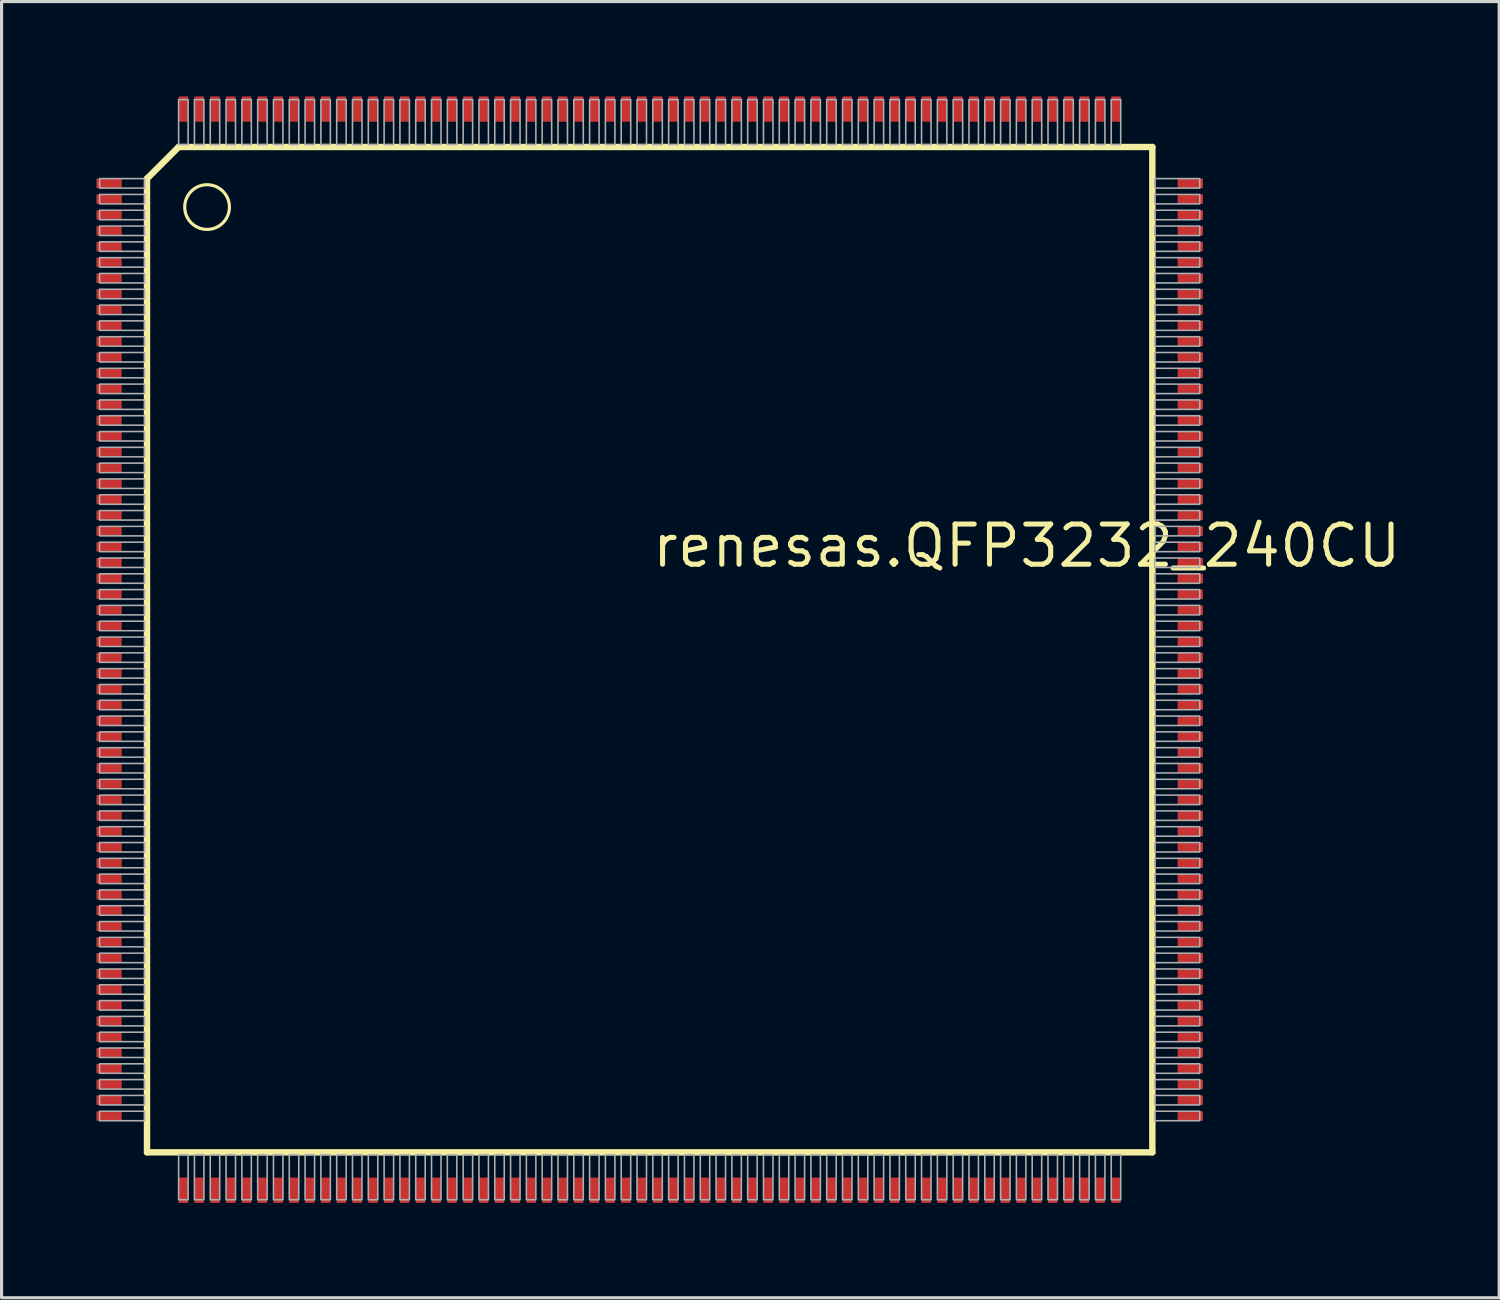
<source format=kicad_pcb>
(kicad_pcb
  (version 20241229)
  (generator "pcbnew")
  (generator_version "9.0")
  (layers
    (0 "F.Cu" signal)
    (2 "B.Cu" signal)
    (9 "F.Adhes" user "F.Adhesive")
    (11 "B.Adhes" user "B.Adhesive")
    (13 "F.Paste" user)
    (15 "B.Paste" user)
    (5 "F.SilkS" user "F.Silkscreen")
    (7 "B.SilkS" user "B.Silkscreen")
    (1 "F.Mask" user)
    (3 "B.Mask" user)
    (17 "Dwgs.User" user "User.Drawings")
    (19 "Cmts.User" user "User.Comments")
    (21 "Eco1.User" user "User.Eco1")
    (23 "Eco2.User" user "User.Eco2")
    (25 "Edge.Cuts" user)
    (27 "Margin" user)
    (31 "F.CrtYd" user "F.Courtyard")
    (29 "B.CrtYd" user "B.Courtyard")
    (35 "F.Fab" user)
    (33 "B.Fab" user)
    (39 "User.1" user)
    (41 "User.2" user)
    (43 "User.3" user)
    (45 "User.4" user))
  (footprint "renesas.QFP3232_240CU"
    (layer "F.Cu")
    (at 17.5 17.5)
    (property "Reference" "renesas.QFP3232_240CU" (at 0 -2.54 0) (layer "F.SilkS") (effects (font (size 1.27 1.27) (thickness 0.16)) (justify left bottom)))
    (attr smd)
    (fp_line (start -15.9 -14.9) (end -14.9 -15.9) (stroke (width 0.203) (type default)) (layer "F.SilkS"))
    (fp_line (start -15.9 15.9) (end -15.9 -14.9) (stroke (width 0.203) (type default)) (layer "F.SilkS"))
    (fp_line (start -14.9 -15.9) (end 15.9 -15.9) (stroke (width 0.203) (type default)) (layer "F.SilkS"))
    (fp_line (start 15.9 -15.9) (end 15.9 15.9) (stroke (width 0.203) (type default)) (layer "F.SilkS"))
    (fp_line (start 15.9 15.9) (end -15.9 15.9) (stroke (width 0.203) (type default)) (layer "F.SilkS"))
    (fp_circle (center -14 -14) (end -13.293 -14) (stroke (width 0.1) (type default)) (fill no) (layer "F.SilkS"))
    (fp_rect (start -17.4 -14.6) (end -15.975 -14.9) (stroke (width 0.05) (type default)) (fill no) (layer "F.Fab"))
    (fp_rect (start -17.4 -14.1) (end -15.975 -14.4) (stroke (width 0.05) (type default)) (fill no) (layer "F.Fab"))
    (fp_rect (start -17.4 -13.6) (end -15.975 -13.9) (stroke (width 0.05) (type default)) (fill no) (layer "F.Fab"))
    (fp_rect (start -17.4 -13.1) (end -15.975 -13.4) (stroke (width 0.05) (type default)) (fill no) (layer "F.Fab"))
    (fp_rect (start -17.4 -12.6) (end -15.975 -12.9) (stroke (width 0.05) (type default)) (fill no) (layer "F.Fab"))
    (fp_rect (start -17.4 -12.1) (end -15.975 -12.4) (stroke (width 0.05) (type default)) (fill no) (layer "F.Fab"))
    (fp_rect (start -17.4 -11.6) (end -15.975 -11.9) (stroke (width 0.05) (type default)) (fill no) (layer "F.Fab"))
    (fp_rect (start -17.4 -11.1) (end -15.975 -11.4) (stroke (width 0.05) (type default)) (fill no) (layer "F.Fab"))
    (fp_rect (start -17.4 -10.6) (end -15.975 -10.9) (stroke (width 0.05) (type default)) (fill no) (layer "F.Fab"))
    (fp_rect (start -17.4 -10.1) (end -15.975 -10.4) (stroke (width 0.05) (type default)) (fill no) (layer "F.Fab"))
    (fp_rect (start -17.4 -9.6) (end -15.975 -9.9) (stroke (width 0.05) (type default)) (fill no) (layer "F.Fab"))
    (fp_rect (start -17.4 -9.1) (end -15.975 -9.4) (stroke (width 0.05) (type default)) (fill no) (layer "F.Fab"))
    (fp_rect (start -17.4 -8.6) (end -15.975 -8.9) (stroke (width 0.05) (type default)) (fill no) (layer "F.Fab"))
    (fp_rect (start -17.4 -8.1) (end -15.975 -8.4) (stroke (width 0.05) (type default)) (fill no) (layer "F.Fab"))
    (fp_rect (start -17.4 -7.6) (end -15.975 -7.9) (stroke (width 0.05) (type default)) (fill no) (layer "F.Fab"))
    (fp_rect (start -17.4 -7.1) (end -15.975 -7.4) (stroke (width 0.05) (type default)) (fill no) (layer "F.Fab"))
    (fp_rect (start -17.4 -6.6) (end -15.975 -6.9) (stroke (width 0.05) (type default)) (fill no) (layer "F.Fab"))
    (fp_rect (start -17.4 -6.1) (end -15.975 -6.4) (stroke (width 0.05) (type default)) (fill no) (layer "F.Fab"))
    (fp_rect (start -17.4 -5.6) (end -15.975 -5.9) (stroke (width 0.05) (type default)) (fill no) (layer "F.Fab"))
    (fp_rect (start -17.4 -5.1) (end -15.975 -5.4) (stroke (width 0.05) (type default)) (fill no) (layer "F.Fab"))
    (fp_rect (start -17.4 -4.6) (end -15.975 -4.9) (stroke (width 0.05) (type default)) (fill no) (layer "F.Fab"))
    (fp_rect (start -17.4 -4.1) (end -15.975 -4.4) (stroke (width 0.05) (type default)) (fill no) (layer "F.Fab"))
    (fp_rect (start -17.4 -3.6) (end -15.975 -3.9) (stroke (width 0.05) (type default)) (fill no) (layer "F.Fab"))
    (fp_rect (start -17.4 -3.1) (end -15.975 -3.4) (stroke (width 0.05) (type default)) (fill no) (layer "F.Fab"))
    (fp_rect (start -17.4 -2.6) (end -15.975 -2.9) (stroke (width 0.05) (type default)) (fill no) (layer "F.Fab"))
    (fp_rect (start -17.4 -2.1) (end -15.975 -2.4) (stroke (width 0.05) (type default)) (fill no) (layer "F.Fab"))
    (fp_rect (start -17.4 -1.6) (end -15.975 -1.9) (stroke (width 0.05) (type default)) (fill no) (layer "F.Fab"))
    (fp_rect (start -17.4 -1.1) (end -15.975 -1.4) (stroke (width 0.05) (type default)) (fill no) (layer "F.Fab"))
    (fp_rect (start -17.4 -0.6) (end -15.975 -0.9) (stroke (width 0.05) (type default)) (fill no) (layer "F.Fab"))
    (fp_rect (start -17.4 -0.1) (end -15.975 -0.4) (stroke (width 0.05) (type default)) (fill no) (layer "F.Fab"))
    (fp_rect (start -17.4 0.4) (end -15.975 0.1) (stroke (width 0.05) (type default)) (fill no) (layer "F.Fab"))
    (fp_rect (start -17.4 0.9) (end -15.975 0.6) (stroke (width 0.05) (type default)) (fill no) (layer "F.Fab"))
    (fp_rect (start -17.4 1.4) (end -15.975 1.1) (stroke (width 0.05) (type default)) (fill no) (layer "F.Fab"))
    (fp_rect (start -17.4 1.9) (end -15.975 1.6) (stroke (width 0.05) (type default)) (fill no) (layer "F.Fab"))
    (fp_rect (start -17.4 2.4) (end -15.975 2.1) (stroke (width 0.05) (type default)) (fill no) (layer "F.Fab"))
    (fp_rect (start -17.4 2.9) (end -15.975 2.6) (stroke (width 0.05) (type default)) (fill no) (layer "F.Fab"))
    (fp_rect (start -17.4 3.4) (end -15.975 3.1) (stroke (width 0.05) (type default)) (fill no) (layer "F.Fab"))
    (fp_rect (start -17.4 3.9) (end -15.975 3.6) (stroke (width 0.05) (type default)) (fill no) (layer "F.Fab"))
    (fp_rect (start -17.4 4.4) (end -15.975 4.1) (stroke (width 0.05) (type default)) (fill no) (layer "F.Fab"))
    (fp_rect (start -17.4 4.9) (end -15.975 4.6) (stroke (width 0.05) (type default)) (fill no) (layer "F.Fab"))
    (fp_rect (start -17.4 5.4) (end -15.975 5.1) (stroke (width 0.05) (type default)) (fill no) (layer "F.Fab"))
    (fp_rect (start -17.4 5.9) (end -15.975 5.6) (stroke (width 0.05) (type default)) (fill no) (layer "F.Fab"))
    (fp_rect (start -17.4 6.4) (end -15.975 6.1) (stroke (width 0.05) (type default)) (fill no) (layer "F.Fab"))
    (fp_rect (start -17.4 6.9) (end -15.975 6.6) (stroke (width 0.05) (type default)) (fill no) (layer "F.Fab"))
    (fp_rect (start -17.4 7.4) (end -15.975 7.1) (stroke (width 0.05) (type default)) (fill no) (layer "F.Fab"))
    (fp_rect (start -17.4 7.9) (end -15.975 7.6) (stroke (width 0.05) (type default)) (fill no) (layer "F.Fab"))
    (fp_rect (start -17.4 8.4) (end -15.975 8.1) (stroke (width 0.05) (type default)) (fill no) (layer "F.Fab"))
    (fp_rect (start -17.4 8.9) (end -15.975 8.6) (stroke (width 0.05) (type default)) (fill no) (layer "F.Fab"))
    (fp_rect (start -17.4 9.4) (end -15.975 9.1) (stroke (width 0.05) (type default)) (fill no) (layer "F.Fab"))
    (fp_rect (start -17.4 9.9) (end -15.975 9.6) (stroke (width 0.05) (type default)) (fill no) (layer "F.Fab"))
    (fp_rect (start -17.4 10.4) (end -15.975 10.1) (stroke (width 0.05) (type default)) (fill no) (layer "F.Fab"))
    (fp_rect (start -17.4 10.9) (end -15.975 10.6) (stroke (width 0.05) (type default)) (fill no) (layer "F.Fab"))
    (fp_rect (start -17.4 11.4) (end -15.975 11.1) (stroke (width 0.05) (type default)) (fill no) (layer "F.Fab"))
    (fp_rect (start -17.4 11.9) (end -15.975 11.6) (stroke (width 0.05) (type default)) (fill no) (layer "F.Fab"))
    (fp_rect (start -17.4 12.4) (end -15.975 12.1) (stroke (width 0.05) (type default)) (fill no) (layer "F.Fab"))
    (fp_rect (start -17.4 12.9) (end -15.975 12.6) (stroke (width 0.05) (type default)) (fill no) (layer "F.Fab"))
    (fp_rect (start -17.4 13.4) (end -15.975 13.1) (stroke (width 0.05) (type default)) (fill no) (layer "F.Fab"))
    (fp_rect (start -17.4 13.9) (end -15.975 13.6) (stroke (width 0.05) (type default)) (fill no) (layer "F.Fab"))
    (fp_rect (start -17.4 14.4) (end -15.975 14.1) (stroke (width 0.05) (type default)) (fill no) (layer "F.Fab"))
    (fp_rect (start -17.4 14.9) (end -15.975 14.6) (stroke (width 0.05) (type default)) (fill no) (layer "F.Fab"))
    (fp_rect (start -14.9 -15.975) (end -14.6 -17.4) (stroke (width 0.05) (type default)) (fill no) (layer "F.Fab"))
    (fp_rect (start -14.9 17.4) (end -14.6 15.975) (stroke (width 0.05) (type default)) (fill no) (layer "F.Fab"))
    (fp_rect (start -14.4 -15.975) (end -14.1 -17.4) (stroke (width 0.05) (type default)) (fill no) (layer "F.Fab"))
    (fp_rect (start -14.4 17.4) (end -14.1 15.975) (stroke (width 0.05) (type default)) (fill no) (layer "F.Fab"))
    (fp_rect (start -13.9 -15.975) (end -13.6 -17.4) (stroke (width 0.05) (type default)) (fill no) (layer "F.Fab"))
    (fp_rect (start -13.9 17.4) (end -13.6 15.975) (stroke (width 0.05) (type default)) (fill no) (layer "F.Fab"))
    (fp_rect (start -13.4 -15.975) (end -13.1 -17.4) (stroke (width 0.05) (type default)) (fill no) (layer "F.Fab"))
    (fp_rect (start -13.4 17.4) (end -13.1 15.975) (stroke (width 0.05) (type default)) (fill no) (layer "F.Fab"))
    (fp_rect (start -12.9 -15.975) (end -12.6 -17.4) (stroke (width 0.05) (type default)) (fill no) (layer "F.Fab"))
    (fp_rect (start -12.9 17.4) (end -12.6 15.975) (stroke (width 0.05) (type default)) (fill no) (layer "F.Fab"))
    (fp_rect (start -12.4 -15.975) (end -12.1 -17.4) (stroke (width 0.05) (type default)) (fill no) (layer "F.Fab"))
    (fp_rect (start -12.4 17.4) (end -12.1 15.975) (stroke (width 0.05) (type default)) (fill no) (layer "F.Fab"))
    (fp_rect (start -11.9 -15.975) (end -11.6 -17.4) (stroke (width 0.05) (type default)) (fill no) (layer "F.Fab"))
    (fp_rect (start -11.9 17.4) (end -11.6 15.975) (stroke (width 0.05) (type default)) (fill no) (layer "F.Fab"))
    (fp_rect (start -11.4 -15.975) (end -11.1 -17.4) (stroke (width 0.05) (type default)) (fill no) (layer "F.Fab"))
    (fp_rect (start -11.4 17.4) (end -11.1 15.975) (stroke (width 0.05) (type default)) (fill no) (layer "F.Fab"))
    (fp_rect (start -10.9 -15.975) (end -10.6 -17.4) (stroke (width 0.05) (type default)) (fill no) (layer "F.Fab"))
    (fp_rect (start -10.9 17.4) (end -10.6 15.975) (stroke (width 0.05) (type default)) (fill no) (layer "F.Fab"))
    (fp_rect (start -10.4 -15.975) (end -10.1 -17.4) (stroke (width 0.05) (type default)) (fill no) (layer "F.Fab"))
    (fp_rect (start -10.4 17.4) (end -10.1 15.975) (stroke (width 0.05) (type default)) (fill no) (layer "F.Fab"))
    (fp_rect (start -9.9 -15.975) (end -9.6 -17.4) (stroke (width 0.05) (type default)) (fill no) (layer "F.Fab"))
    (fp_rect (start -9.9 17.4) (end -9.6 15.975) (stroke (width 0.05) (type default)) (fill no) (layer "F.Fab"))
    (fp_rect (start -9.4 -15.975) (end -9.1 -17.4) (stroke (width 0.05) (type default)) (fill no) (layer "F.Fab"))
    (fp_rect (start -9.4 17.4) (end -9.1 15.975) (stroke (width 0.05) (type default)) (fill no) (layer "F.Fab"))
    (fp_rect (start -8.9 -15.975) (end -8.6 -17.4) (stroke (width 0.05) (type default)) (fill no) (layer "F.Fab"))
    (fp_rect (start -8.9 17.4) (end -8.6 15.975) (stroke (width 0.05) (type default)) (fill no) (layer "F.Fab"))
    (fp_rect (start -8.4 -15.975) (end -8.1 -17.4) (stroke (width 0.05) (type default)) (fill no) (layer "F.Fab"))
    (fp_rect (start -8.4 17.4) (end -8.1 15.975) (stroke (width 0.05) (type default)) (fill no) (layer "F.Fab"))
    (fp_rect (start -7.9 -15.975) (end -7.6 -17.4) (stroke (width 0.05) (type default)) (fill no) (layer "F.Fab"))
    (fp_rect (start -7.9 17.4) (end -7.6 15.975) (stroke (width 0.05) (type default)) (fill no) (layer "F.Fab"))
    (fp_rect (start -7.4 -15.975) (end -7.1 -17.4) (stroke (width 0.05) (type default)) (fill no) (layer "F.Fab"))
    (fp_rect (start -7.4 17.4) (end -7.1 15.975) (stroke (width 0.05) (type default)) (fill no) (layer "F.Fab"))
    (fp_rect (start -6.9 -15.975) (end -6.6 -17.4) (stroke (width 0.05) (type default)) (fill no) (layer "F.Fab"))
    (fp_rect (start -6.9 17.4) (end -6.6 15.975) (stroke (width 0.05) (type default)) (fill no) (layer "F.Fab"))
    (fp_rect (start -6.4 -15.975) (end -6.1 -17.4) (stroke (width 0.05) (type default)) (fill no) (layer "F.Fab"))
    (fp_rect (start -6.4 17.4) (end -6.1 15.975) (stroke (width 0.05) (type default)) (fill no) (layer "F.Fab"))
    (fp_rect (start -5.9 -15.975) (end -5.6 -17.4) (stroke (width 0.05) (type default)) (fill no) (layer "F.Fab"))
    (fp_rect (start -5.9 17.4) (end -5.6 15.975) (stroke (width 0.05) (type default)) (fill no) (layer "F.Fab"))
    (fp_rect (start -5.4 -15.975) (end -5.1 -17.4) (stroke (width 0.05) (type default)) (fill no) (layer "F.Fab"))
    (fp_rect (start -5.4 17.4) (end -5.1 15.975) (stroke (width 0.05) (type default)) (fill no) (layer "F.Fab"))
    (fp_rect (start -4.9 -15.975) (end -4.6 -17.4) (stroke (width 0.05) (type default)) (fill no) (layer "F.Fab"))
    (fp_rect (start -4.9 17.4) (end -4.6 15.975) (stroke (width 0.05) (type default)) (fill no) (layer "F.Fab"))
    (fp_rect (start -4.4 -15.975) (end -4.1 -17.4) (stroke (width 0.05) (type default)) (fill no) (layer "F.Fab"))
    (fp_rect (start -4.4 17.4) (end -4.1 15.975) (stroke (width 0.05) (type default)) (fill no) (layer "F.Fab"))
    (fp_rect (start -3.9 -15.975) (end -3.6 -17.4) (stroke (width 0.05) (type default)) (fill no) (layer "F.Fab"))
    (fp_rect (start -3.9 17.4) (end -3.6 15.975) (stroke (width 0.05) (type default)) (fill no) (layer "F.Fab"))
    (fp_rect (start -3.4 -15.975) (end -3.1 -17.4) (stroke (width 0.05) (type default)) (fill no) (layer "F.Fab"))
    (fp_rect (start -3.4 17.4) (end -3.1 15.975) (stroke (width 0.05) (type default)) (fill no) (layer "F.Fab"))
    (fp_rect (start -2.9 -15.975) (end -2.6 -17.4) (stroke (width 0.05) (type default)) (fill no) (layer "F.Fab"))
    (fp_rect (start -2.9 17.4) (end -2.6 15.975) (stroke (width 0.05) (type default)) (fill no) (layer "F.Fab"))
    (fp_rect (start -2.4 -15.975) (end -2.1 -17.4) (stroke (width 0.05) (type default)) (fill no) (layer "F.Fab"))
    (fp_rect (start -2.4 17.4) (end -2.1 15.975) (stroke (width 0.05) (type default)) (fill no) (layer "F.Fab"))
    (fp_rect (start -1.9 -15.975) (end -1.6 -17.4) (stroke (width 0.05) (type default)) (fill no) (layer "F.Fab"))
    (fp_rect (start -1.9 17.4) (end -1.6 15.975) (stroke (width 0.05) (type default)) (fill no) (layer "F.Fab"))
    (fp_rect (start -1.4 -15.975) (end -1.1 -17.4) (stroke (width 0.05) (type default)) (fill no) (layer "F.Fab"))
    (fp_rect (start -1.4 17.4) (end -1.1 15.975) (stroke (width 0.05) (type default)) (fill no) (layer "F.Fab"))
    (fp_rect (start -0.9 -15.975) (end -0.6 -17.4) (stroke (width 0.05) (type default)) (fill no) (layer "F.Fab"))
    (fp_rect (start -0.9 17.4) (end -0.6 15.975) (stroke (width 0.05) (type default)) (fill no) (layer "F.Fab"))
    (fp_rect (start -0.4 -15.975) (end -0.1 -17.4) (stroke (width 0.05) (type default)) (fill no) (layer "F.Fab"))
    (fp_rect (start -0.4 17.4) (end -0.1 15.975) (stroke (width 0.05) (type default)) (fill no) (layer "F.Fab"))
    (fp_rect (start 0.1 -15.975) (end 0.4 -17.4) (stroke (width 0.05) (type default)) (fill no) (layer "F.Fab"))
    (fp_rect (start 0.1 17.4) (end 0.4 15.975) (stroke (width 0.05) (type default)) (fill no) (layer "F.Fab"))
    (fp_rect (start 0.6 -15.975) (end 0.9 -17.4) (stroke (width 0.05) (type default)) (fill no) (layer "F.Fab"))
    (fp_rect (start 0.6 17.4) (end 0.9 15.975) (stroke (width 0.05) (type default)) (fill no) (layer "F.Fab"))
    (fp_rect (start 1.1 -15.975) (end 1.4 -17.4) (stroke (width 0.05) (type default)) (fill no) (layer "F.Fab"))
    (fp_rect (start 1.1 17.4) (end 1.4 15.975) (stroke (width 0.05) (type default)) (fill no) (layer "F.Fab"))
    (fp_rect (start 1.6 -15.975) (end 1.9 -17.4) (stroke (width 0.05) (type default)) (fill no) (layer "F.Fab"))
    (fp_rect (start 1.6 17.4) (end 1.9 15.975) (stroke (width 0.05) (type default)) (fill no) (layer "F.Fab"))
    (fp_rect (start 2.1 -15.975) (end 2.4 -17.4) (stroke (width 0.05) (type default)) (fill no) (layer "F.Fab"))
    (fp_rect (start 2.1 17.4) (end 2.4 15.975) (stroke (width 0.05) (type default)) (fill no) (layer "F.Fab"))
    (fp_rect (start 2.6 -15.975) (end 2.9 -17.4) (stroke (width 0.05) (type default)) (fill no) (layer "F.Fab"))
    (fp_rect (start 2.6 17.4) (end 2.9 15.975) (stroke (width 0.05) (type default)) (fill no) (layer "F.Fab"))
    (fp_rect (start 3.1 -15.975) (end 3.4 -17.4) (stroke (width 0.05) (type default)) (fill no) (layer "F.Fab"))
    (fp_rect (start 3.1 17.4) (end 3.4 15.975) (stroke (width 0.05) (type default)) (fill no) (layer "F.Fab"))
    (fp_rect (start 3.6 -15.975) (end 3.9 -17.4) (stroke (width 0.05) (type default)) (fill no) (layer "F.Fab"))
    (fp_rect (start 3.6 17.4) (end 3.9 15.975) (stroke (width 0.05) (type default)) (fill no) (layer "F.Fab"))
    (fp_rect (start 4.1 -15.975) (end 4.4 -17.4) (stroke (width 0.05) (type default)) (fill no) (layer "F.Fab"))
    (fp_rect (start 4.1 17.4) (end 4.4 15.975) (stroke (width 0.05) (type default)) (fill no) (layer "F.Fab"))
    (fp_rect (start 4.6 -15.975) (end 4.9 -17.4) (stroke (width 0.05) (type default)) (fill no) (layer "F.Fab"))
    (fp_rect (start 4.6 17.4) (end 4.9 15.975) (stroke (width 0.05) (type default)) (fill no) (layer "F.Fab"))
    (fp_rect (start 5.1 -15.975) (end 5.4 -17.4) (stroke (width 0.05) (type default)) (fill no) (layer "F.Fab"))
    (fp_rect (start 5.1 17.4) (end 5.4 15.975) (stroke (width 0.05) (type default)) (fill no) (layer "F.Fab"))
    (fp_rect (start 5.6 -15.975) (end 5.9 -17.4) (stroke (width 0.05) (type default)) (fill no) (layer "F.Fab"))
    (fp_rect (start 5.6 17.4) (end 5.9 15.975) (stroke (width 0.05) (type default)) (fill no) (layer "F.Fab"))
    (fp_rect (start 6.1 -15.975) (end 6.4 -17.4) (stroke (width 0.05) (type default)) (fill no) (layer "F.Fab"))
    (fp_rect (start 6.1 17.4) (end 6.4 15.975) (stroke (width 0.05) (type default)) (fill no) (layer "F.Fab"))
    (fp_rect (start 6.6 -15.975) (end 6.9 -17.4) (stroke (width 0.05) (type default)) (fill no) (layer "F.Fab"))
    (fp_rect (start 6.6 17.4) (end 6.9 15.975) (stroke (width 0.05) (type default)) (fill no) (layer "F.Fab"))
    (fp_rect (start 7.1 -15.975) (end 7.4 -17.4) (stroke (width 0.05) (type default)) (fill no) (layer "F.Fab"))
    (fp_rect (start 7.1 17.4) (end 7.4 15.975) (stroke (width 0.05) (type default)) (fill no) (layer "F.Fab"))
    (fp_rect (start 7.6 -15.975) (end 7.9 -17.4) (stroke (width 0.05) (type default)) (fill no) (layer "F.Fab"))
    (fp_rect (start 7.6 17.4) (end 7.9 15.975) (stroke (width 0.05) (type default)) (fill no) (layer "F.Fab"))
    (fp_rect (start 8.1 -15.975) (end 8.4 -17.4) (stroke (width 0.05) (type default)) (fill no) (layer "F.Fab"))
    (fp_rect (start 8.1 17.4) (end 8.4 15.975) (stroke (width 0.05) (type default)) (fill no) (layer "F.Fab"))
    (fp_rect (start 8.6 -15.975) (end 8.9 -17.4) (stroke (width 0.05) (type default)) (fill no) (layer "F.Fab"))
    (fp_rect (start 8.6 17.4) (end 8.9 15.975) (stroke (width 0.05) (type default)) (fill no) (layer "F.Fab"))
    (fp_rect (start 9.1 -15.975) (end 9.4 -17.4) (stroke (width 0.05) (type default)) (fill no) (layer "F.Fab"))
    (fp_rect (start 9.1 17.4) (end 9.4 15.975) (stroke (width 0.05) (type default)) (fill no) (layer "F.Fab"))
    (fp_rect (start 9.6 -15.975) (end 9.9 -17.4) (stroke (width 0.05) (type default)) (fill no) (layer "F.Fab"))
    (fp_rect (start 9.6 17.4) (end 9.9 15.975) (stroke (width 0.05) (type default)) (fill no) (layer "F.Fab"))
    (fp_rect (start 10.1 -15.975) (end 10.4 -17.4) (stroke (width 0.05) (type default)) (fill no) (layer "F.Fab"))
    (fp_rect (start 10.1 17.4) (end 10.4 15.975) (stroke (width 0.05) (type default)) (fill no) (layer "F.Fab"))
    (fp_rect (start 10.6 -15.975) (end 10.9 -17.4) (stroke (width 0.05) (type default)) (fill no) (layer "F.Fab"))
    (fp_rect (start 10.6 17.4) (end 10.9 15.975) (stroke (width 0.05) (type default)) (fill no) (layer "F.Fab"))
    (fp_rect (start 11.1 -15.975) (end 11.4 -17.4) (stroke (width 0.05) (type default)) (fill no) (layer "F.Fab"))
    (fp_rect (start 11.1 17.4) (end 11.4 15.975) (stroke (width 0.05) (type default)) (fill no) (layer "F.Fab"))
    (fp_rect (start 11.6 -15.975) (end 11.9 -17.4) (stroke (width 0.05) (type default)) (fill no) (layer "F.Fab"))
    (fp_rect (start 11.6 17.4) (end 11.9 15.975) (stroke (width 0.05) (type default)) (fill no) (layer "F.Fab"))
    (fp_rect (start 12.1 -15.975) (end 12.4 -17.4) (stroke (width 0.05) (type default)) (fill no) (layer "F.Fab"))
    (fp_rect (start 12.1 17.4) (end 12.4 15.975) (stroke (width 0.05) (type default)) (fill no) (layer "F.Fab"))
    (fp_rect (start 12.6 -15.975) (end 12.9 -17.4) (stroke (width 0.05) (type default)) (fill no) (layer "F.Fab"))
    (fp_rect (start 12.6 17.4) (end 12.9 15.975) (stroke (width 0.05) (type default)) (fill no) (layer "F.Fab"))
    (fp_rect (start 13.1 -15.975) (end 13.4 -17.4) (stroke (width 0.05) (type default)) (fill no) (layer "F.Fab"))
    (fp_rect (start 13.1 17.4) (end 13.4 15.975) (stroke (width 0.05) (type default)) (fill no) (layer "F.Fab"))
    (fp_rect (start 13.6 -15.975) (end 13.9 -17.4) (stroke (width 0.05) (type default)) (fill no) (layer "F.Fab"))
    (fp_rect (start 13.6 17.4) (end 13.9 15.975) (stroke (width 0.05) (type default)) (fill no) (layer "F.Fab"))
    (fp_rect (start 14.1 -15.975) (end 14.4 -17.4) (stroke (width 0.05) (type default)) (fill no) (layer "F.Fab"))
    (fp_rect (start 14.1 17.4) (end 14.4 15.975) (stroke (width 0.05) (type default)) (fill no) (layer "F.Fab"))
    (fp_rect (start 14.6 -15.975) (end 14.9 -17.4) (stroke (width 0.05) (type default)) (fill no) (layer "F.Fab"))
    (fp_rect (start 14.6 17.4) (end 14.9 15.975) (stroke (width 0.05) (type default)) (fill no) (layer "F.Fab"))
    (fp_rect (start 15.975 -14.6) (end 17.4 -14.9) (stroke (width 0.05) (type default)) (fill no) (layer "F.Fab"))
    (fp_rect (start 15.975 -14.1) (end 17.4 -14.4) (stroke (width 0.05) (type default)) (fill no) (layer "F.Fab"))
    (fp_rect (start 15.975 -13.6) (end 17.4 -13.9) (stroke (width 0.05) (type default)) (fill no) (layer "F.Fab"))
    (fp_rect (start 15.975 -13.1) (end 17.4 -13.4) (stroke (width 0.05) (type default)) (fill no) (layer "F.Fab"))
    (fp_rect (start 15.975 -12.6) (end 17.4 -12.9) (stroke (width 0.05) (type default)) (fill no) (layer "F.Fab"))
    (fp_rect (start 15.975 -12.1) (end 17.4 -12.4) (stroke (width 0.05) (type default)) (fill no) (layer "F.Fab"))
    (fp_rect (start 15.975 -11.6) (end 17.4 -11.9) (stroke (width 0.05) (type default)) (fill no) (layer "F.Fab"))
    (fp_rect (start 15.975 -11.1) (end 17.4 -11.4) (stroke (width 0.05) (type default)) (fill no) (layer "F.Fab"))
    (fp_rect (start 15.975 -10.6) (end 17.4 -10.9) (stroke (width 0.05) (type default)) (fill no) (layer "F.Fab"))
    (fp_rect (start 15.975 -10.1) (end 17.4 -10.4) (stroke (width 0.05) (type default)) (fill no) (layer "F.Fab"))
    (fp_rect (start 15.975 -9.6) (end 17.4 -9.9) (stroke (width 0.05) (type default)) (fill no) (layer "F.Fab"))
    (fp_rect (start 15.975 -9.1) (end 17.4 -9.4) (stroke (width 0.05) (type default)) (fill no) (layer "F.Fab"))
    (fp_rect (start 15.975 -8.6) (end 17.4 -8.9) (stroke (width 0.05) (type default)) (fill no) (layer "F.Fab"))
    (fp_rect (start 15.975 -8.1) (end 17.4 -8.4) (stroke (width 0.05) (type default)) (fill no) (layer "F.Fab"))
    (fp_rect (start 15.975 -7.6) (end 17.4 -7.9) (stroke (width 0.05) (type default)) (fill no) (layer "F.Fab"))
    (fp_rect (start 15.975 -7.1) (end 17.4 -7.4) (stroke (width 0.05) (type default)) (fill no) (layer "F.Fab"))
    (fp_rect (start 15.975 -6.6) (end 17.4 -6.9) (stroke (width 0.05) (type default)) (fill no) (layer "F.Fab"))
    (fp_rect (start 15.975 -6.1) (end 17.4 -6.4) (stroke (width 0.05) (type default)) (fill no) (layer "F.Fab"))
    (fp_rect (start 15.975 -5.6) (end 17.4 -5.9) (stroke (width 0.05) (type default)) (fill no) (layer "F.Fab"))
    (fp_rect (start 15.975 -5.1) (end 17.4 -5.4) (stroke (width 0.05) (type default)) (fill no) (layer "F.Fab"))
    (fp_rect (start 15.975 -4.6) (end 17.4 -4.9) (stroke (width 0.05) (type default)) (fill no) (layer "F.Fab"))
    (fp_rect (start 15.975 -4.1) (end 17.4 -4.4) (stroke (width 0.05) (type default)) (fill no) (layer "F.Fab"))
    (fp_rect (start 15.975 -3.6) (end 17.4 -3.9) (stroke (width 0.05) (type default)) (fill no) (layer "F.Fab"))
    (fp_rect (start 15.975 -3.1) (end 17.4 -3.4) (stroke (width 0.05) (type default)) (fill no) (layer "F.Fab"))
    (fp_rect (start 15.975 -2.6) (end 17.4 -2.9) (stroke (width 0.05) (type default)) (fill no) (layer "F.Fab"))
    (fp_rect (start 15.975 -2.1) (end 17.4 -2.4) (stroke (width 0.05) (type default)) (fill no) (layer "F.Fab"))
    (fp_rect (start 15.975 -1.6) (end 17.4 -1.9) (stroke (width 0.05) (type default)) (fill no) (layer "F.Fab"))
    (fp_rect (start 15.975 -1.1) (end 17.4 -1.4) (stroke (width 0.05) (type default)) (fill no) (layer "F.Fab"))
    (fp_rect (start 15.975 -0.6) (end 17.4 -0.9) (stroke (width 0.05) (type default)) (fill no) (layer "F.Fab"))
    (fp_rect (start 15.975 -0.1) (end 17.4 -0.4) (stroke (width 0.05) (type default)) (fill no) (layer "F.Fab"))
    (fp_rect (start 15.975 0.4) (end 17.4 0.1) (stroke (width 0.05) (type default)) (fill no) (layer "F.Fab"))
    (fp_rect (start 15.975 0.9) (end 17.4 0.6) (stroke (width 0.05) (type default)) (fill no) (layer "F.Fab"))
    (fp_rect (start 15.975 1.4) (end 17.4 1.1) (stroke (width 0.05) (type default)) (fill no) (layer "F.Fab"))
    (fp_rect (start 15.975 1.9) (end 17.4 1.6) (stroke (width 0.05) (type default)) (fill no) (layer "F.Fab"))
    (fp_rect (start 15.975 2.4) (end 17.4 2.1) (stroke (width 0.05) (type default)) (fill no) (layer "F.Fab"))
    (fp_rect (start 15.975 2.9) (end 17.4 2.6) (stroke (width 0.05) (type default)) (fill no) (layer "F.Fab"))
    (fp_rect (start 15.975 3.4) (end 17.4 3.1) (stroke (width 0.05) (type default)) (fill no) (layer "F.Fab"))
    (fp_rect (start 15.975 3.9) (end 17.4 3.6) (stroke (width 0.05) (type default)) (fill no) (layer "F.Fab"))
    (fp_rect (start 15.975 4.4) (end 17.4 4.1) (stroke (width 0.05) (type default)) (fill no) (layer "F.Fab"))
    (fp_rect (start 15.975 4.9) (end 17.4 4.6) (stroke (width 0.05) (type default)) (fill no) (layer "F.Fab"))
    (fp_rect (start 15.975 5.4) (end 17.4 5.1) (stroke (width 0.05) (type default)) (fill no) (layer "F.Fab"))
    (fp_rect (start 15.975 5.9) (end 17.4 5.6) (stroke (width 0.05) (type default)) (fill no) (layer "F.Fab"))
    (fp_rect (start 15.975 6.4) (end 17.4 6.1) (stroke (width 0.05) (type default)) (fill no) (layer "F.Fab"))
    (fp_rect (start 15.975 6.9) (end 17.4 6.6) (stroke (width 0.05) (type default)) (fill no) (layer "F.Fab"))
    (fp_rect (start 15.975 7.4) (end 17.4 7.1) (stroke (width 0.05) (type default)) (fill no) (layer "F.Fab"))
    (fp_rect (start 15.975 7.9) (end 17.4 7.6) (stroke (width 0.05) (type default)) (fill no) (layer "F.Fab"))
    (fp_rect (start 15.975 8.4) (end 17.4 8.1) (stroke (width 0.05) (type default)) (fill no) (layer "F.Fab"))
    (fp_rect (start 15.975 8.9) (end 17.4 8.6) (stroke (width 0.05) (type default)) (fill no) (layer "F.Fab"))
    (fp_rect (start 15.975 9.4) (end 17.4 9.1) (stroke (width 0.05) (type default)) (fill no) (layer "F.Fab"))
    (fp_rect (start 15.975 9.9) (end 17.4 9.6) (stroke (width 0.05) (type default)) (fill no) (layer "F.Fab"))
    (fp_rect (start 15.975 10.4) (end 17.4 10.1) (stroke (width 0.05) (type default)) (fill no) (layer "F.Fab"))
    (fp_rect (start 15.975 10.9) (end 17.4 10.6) (stroke (width 0.05) (type default)) (fill no) (layer "F.Fab"))
    (fp_rect (start 15.975 11.4) (end 17.4 11.1) (stroke (width 0.05) (type default)) (fill no) (layer "F.Fab"))
    (fp_rect (start 15.975 11.9) (end 17.4 11.6) (stroke (width 0.05) (type default)) (fill no) (layer "F.Fab"))
    (fp_rect (start 15.975 12.4) (end 17.4 12.1) (stroke (width 0.05) (type default)) (fill no) (layer "F.Fab"))
    (fp_rect (start 15.975 12.9) (end 17.4 12.6) (stroke (width 0.05) (type default)) (fill no) (layer "F.Fab"))
    (fp_rect (start 15.975 13.4) (end 17.4 13.1) (stroke (width 0.05) (type default)) (fill no) (layer "F.Fab"))
    (fp_rect (start 15.975 13.9) (end 17.4 13.6) (stroke (width 0.05) (type default)) (fill no) (layer "F.Fab"))
    (fp_rect (start 15.975 14.4) (end 17.4 14.1) (stroke (width 0.05) (type default)) (fill no) (layer "F.Fab"))
    (fp_rect (start 15.975 14.9) (end 17.4 14.6) (stroke (width 0.05) (type default)) (fill no) (layer "F.Fab"))
    (pad "1" smd roundrect (at -17.1 -14.75) (size 0.8 0.3) (layers "F.Cu" "F.Mask" "F.Paste") (roundrect_rratio 0.01))
    (pad "2" smd roundrect (at -17.1 -14.25) (size 0.8 0.3) (layers "F.Cu" "F.Mask" "F.Paste") (roundrect_rratio 0.01))
    (pad "3" smd roundrect (at -17.1 -13.75) (size 0.8 0.3) (layers "F.Cu" "F.Mask" "F.Paste") (roundrect_rratio 0.01))
    (pad "4" smd roundrect (at -17.1 -13.25) (size 0.8 0.3) (layers "F.Cu" "F.Mask" "F.Paste") (roundrect_rratio 0.01))
    (pad "5" smd roundrect (at -17.1 -12.75) (size 0.8 0.3) (layers "F.Cu" "F.Mask" "F.Paste") (roundrect_rratio 0.01))
    (pad "6" smd roundrect (at -17.1 -12.25) (size 0.8 0.3) (layers "F.Cu" "F.Mask" "F.Paste") (roundrect_rratio 0.01))
    (pad "7" smd roundrect (at -17.1 -11.75) (size 0.8 0.3) (layers "F.Cu" "F.Mask" "F.Paste") (roundrect_rratio 0.01))
    (pad "8" smd roundrect (at -17.1 -11.25) (size 0.8 0.3) (layers "F.Cu" "F.Mask" "F.Paste") (roundrect_rratio 0.01))
    (pad "9" smd roundrect (at -17.1 -10.75) (size 0.8 0.3) (layers "F.Cu" "F.Mask" "F.Paste") (roundrect_rratio 0.01))
    (pad "10" smd roundrect (at -17.1 -10.25) (size 0.8 0.3) (layers "F.Cu" "F.Mask" "F.Paste") (roundrect_rratio 0.01))
    (pad "11" smd roundrect (at -17.1 -9.75) (size 0.8 0.3) (layers "F.Cu" "F.Mask" "F.Paste") (roundrect_rratio 0.01))
    (pad "12" smd roundrect (at -17.1 -9.25) (size 0.8 0.3) (layers "F.Cu" "F.Mask" "F.Paste") (roundrect_rratio 0.01))
    (pad "13" smd roundrect (at -17.1 -8.75) (size 0.8 0.3) (layers "F.Cu" "F.Mask" "F.Paste") (roundrect_rratio 0.01))
    (pad "14" smd roundrect (at -17.1 -8.25) (size 0.8 0.3) (layers "F.Cu" "F.Mask" "F.Paste") (roundrect_rratio 0.01))
    (pad "15" smd roundrect (at -17.1 -7.75) (size 0.8 0.3) (layers "F.Cu" "F.Mask" "F.Paste") (roundrect_rratio 0.01))
    (pad "16" smd roundrect (at -17.1 -7.25) (size 0.8 0.3) (layers "F.Cu" "F.Mask" "F.Paste") (roundrect_rratio 0.01))
    (pad "17" smd roundrect (at -17.1 -6.75) (size 0.8 0.3) (layers "F.Cu" "F.Mask" "F.Paste") (roundrect_rratio 0.01))
    (pad "18" smd roundrect (at -17.1 -6.25) (size 0.8 0.3) (layers "F.Cu" "F.Mask" "F.Paste") (roundrect_rratio 0.01))
    (pad "19" smd roundrect (at -17.1 -5.75) (size 0.8 0.3) (layers "F.Cu" "F.Mask" "F.Paste") (roundrect_rratio 0.01))
    (pad "20" smd roundrect (at -17.1 -5.25) (size 0.8 0.3) (layers "F.Cu" "F.Mask" "F.Paste") (roundrect_rratio 0.01))
    (pad "21" smd roundrect (at -17.1 -4.75) (size 0.8 0.3) (layers "F.Cu" "F.Mask" "F.Paste") (roundrect_rratio 0.01))
    (pad "22" smd roundrect (at -17.1 -4.25) (size 0.8 0.3) (layers "F.Cu" "F.Mask" "F.Paste") (roundrect_rratio 0.01))
    (pad "23" smd roundrect (at -17.1 -3.75) (size 0.8 0.3) (layers "F.Cu" "F.Mask" "F.Paste") (roundrect_rratio 0.01))
    (pad "24" smd roundrect (at -17.1 -3.25) (size 0.8 0.3) (layers "F.Cu" "F.Mask" "F.Paste") (roundrect_rratio 0.01))
    (pad "25" smd roundrect (at -17.1 -2.75) (size 0.8 0.3) (layers "F.Cu" "F.Mask" "F.Paste") (roundrect_rratio 0.01))
    (pad "26" smd roundrect (at -17.1 -2.25) (size 0.8 0.3) (layers "F.Cu" "F.Mask" "F.Paste") (roundrect_rratio 0.01))
    (pad "27" smd roundrect (at -17.1 -1.75) (size 0.8 0.3) (layers "F.Cu" "F.Mask" "F.Paste") (roundrect_rratio 0.01))
    (pad "28" smd roundrect (at -17.1 -1.25) (size 0.8 0.3) (layers "F.Cu" "F.Mask" "F.Paste") (roundrect_rratio 0.01))
    (pad "29" smd roundrect (at -17.1 -0.75) (size 0.8 0.3) (layers "F.Cu" "F.Mask" "F.Paste") (roundrect_rratio 0.01))
    (pad "30" smd roundrect (at -17.1 -0.25) (size 0.8 0.3) (layers "F.Cu" "F.Mask" "F.Paste") (roundrect_rratio 0.01))
    (pad "31" smd roundrect (at -17.1 0.25) (size 0.8 0.3) (layers "F.Cu" "F.Mask" "F.Paste") (roundrect_rratio 0.01))
    (pad "32" smd roundrect (at -17.1 0.75) (size 0.8 0.3) (layers "F.Cu" "F.Mask" "F.Paste") (roundrect_rratio 0.01))
    (pad "33" smd roundrect (at -17.1 1.25) (size 0.8 0.3) (layers "F.Cu" "F.Mask" "F.Paste") (roundrect_rratio 0.01))
    (pad "34" smd roundrect (at -17.1 1.75) (size 0.8 0.3) (layers "F.Cu" "F.Mask" "F.Paste") (roundrect_rratio 0.01))
    (pad "35" smd roundrect (at -17.1 2.25) (size 0.8 0.3) (layers "F.Cu" "F.Mask" "F.Paste") (roundrect_rratio 0.01))
    (pad "36" smd roundrect (at -17.1 2.75) (size 0.8 0.3) (layers "F.Cu" "F.Mask" "F.Paste") (roundrect_rratio 0.01))
    (pad "37" smd roundrect (at -17.1 3.25) (size 0.8 0.3) (layers "F.Cu" "F.Mask" "F.Paste") (roundrect_rratio 0.01))
    (pad "38" smd roundrect (at -17.1 3.75) (size 0.8 0.3) (layers "F.Cu" "F.Mask" "F.Paste") (roundrect_rratio 0.01))
    (pad "39" smd roundrect (at -17.1 4.25) (size 0.8 0.3) (layers "F.Cu" "F.Mask" "F.Paste") (roundrect_rratio 0.01))
    (pad "40" smd roundrect (at -17.1 4.75) (size 0.8 0.3) (layers "F.Cu" "F.Mask" "F.Paste") (roundrect_rratio 0.01))
    (pad "41" smd roundrect (at -17.1 5.25) (size 0.8 0.3) (layers "F.Cu" "F.Mask" "F.Paste") (roundrect_rratio 0.01))
    (pad "42" smd roundrect (at -17.1 5.75) (size 0.8 0.3) (layers "F.Cu" "F.Mask" "F.Paste") (roundrect_rratio 0.01))
    (pad "43" smd roundrect (at -17.1 6.25) (size 0.8 0.3) (layers "F.Cu" "F.Mask" "F.Paste") (roundrect_rratio 0.01))
    (pad "44" smd roundrect (at -17.1 6.75) (size 0.8 0.3) (layers "F.Cu" "F.Mask" "F.Paste") (roundrect_rratio 0.01))
    (pad "45" smd roundrect (at -17.1 7.25) (size 0.8 0.3) (layers "F.Cu" "F.Mask" "F.Paste") (roundrect_rratio 0.01))
    (pad "46" smd roundrect (at -17.1 7.75) (size 0.8 0.3) (layers "F.Cu" "F.Mask" "F.Paste") (roundrect_rratio 0.01))
    (pad "47" smd roundrect (at -17.1 8.25) (size 0.8 0.3) (layers "F.Cu" "F.Mask" "F.Paste") (roundrect_rratio 0.01))
    (pad "48" smd roundrect (at -17.1 8.75) (size 0.8 0.3) (layers "F.Cu" "F.Mask" "F.Paste") (roundrect_rratio 0.01))
    (pad "49" smd roundrect (at -17.1 9.25) (size 0.8 0.3) (layers "F.Cu" "F.Mask" "F.Paste") (roundrect_rratio 0.01))
    (pad "50" smd roundrect (at -17.1 9.75) (size 0.8 0.3) (layers "F.Cu" "F.Mask" "F.Paste") (roundrect_rratio 0.01))
    (pad "51" smd roundrect (at -17.1 10.25) (size 0.8 0.3) (layers "F.Cu" "F.Mask" "F.Paste") (roundrect_rratio 0.01))
    (pad "52" smd roundrect (at -17.1 10.75) (size 0.8 0.3) (layers "F.Cu" "F.Mask" "F.Paste") (roundrect_rratio 0.01))
    (pad "53" smd roundrect (at -17.1 11.25) (size 0.8 0.3) (layers "F.Cu" "F.Mask" "F.Paste") (roundrect_rratio 0.01))
    (pad "54" smd roundrect (at -17.1 11.75) (size 0.8 0.3) (layers "F.Cu" "F.Mask" "F.Paste") (roundrect_rratio 0.01))
    (pad "55" smd roundrect (at -17.1 12.25) (size 0.8 0.3) (layers "F.Cu" "F.Mask" "F.Paste") (roundrect_rratio 0.01))
    (pad "56" smd roundrect (at -17.1 12.75) (size 0.8 0.3) (layers "F.Cu" "F.Mask" "F.Paste") (roundrect_rratio 0.01))
    (pad "57" smd roundrect (at -17.1 13.25) (size 0.8 0.3) (layers "F.Cu" "F.Mask" "F.Paste") (roundrect_rratio 0.01))
    (pad "58" smd roundrect (at -17.1 13.75) (size 0.8 0.3) (layers "F.Cu" "F.Mask" "F.Paste") (roundrect_rratio 0.01))
    (pad "59" smd roundrect (at -17.1 14.25) (size 0.8 0.3) (layers "F.Cu" "F.Mask" "F.Paste") (roundrect_rratio 0.01))
    (pad "60" smd roundrect (at -17.1 14.75) (size 0.8 0.3) (layers "F.Cu" "F.Mask" "F.Paste") (roundrect_rratio 0.01))
    (pad "61" smd roundrect (at -14.75 17.1 90) (size 0.8 0.3) (layers "F.Cu" "F.Mask" "F.Paste") (roundrect_rratio 0.01))
    (pad "62" smd roundrect (at -14.25 17.1 90) (size 0.8 0.3) (layers "F.Cu" "F.Mask" "F.Paste") (roundrect_rratio 0.01))
    (pad "63" smd roundrect (at -13.75 17.1 90) (size 0.8 0.3) (layers "F.Cu" "F.Mask" "F.Paste") (roundrect_rratio 0.01))
    (pad "64" smd roundrect (at -13.25 17.1 90) (size 0.8 0.3) (layers "F.Cu" "F.Mask" "F.Paste") (roundrect_rratio 0.01))
    (pad "65" smd roundrect (at -12.75 17.1 90) (size 0.8 0.3) (layers "F.Cu" "F.Mask" "F.Paste") (roundrect_rratio 0.01))
    (pad "66" smd roundrect (at -12.25 17.1 90) (size 0.8 0.3) (layers "F.Cu" "F.Mask" "F.Paste") (roundrect_rratio 0.01))
    (pad "67" smd roundrect (at -11.75 17.1 90) (size 0.8 0.3) (layers "F.Cu" "F.Mask" "F.Paste") (roundrect_rratio 0.01))
    (pad "68" smd roundrect (at -11.25 17.1 90) (size 0.8 0.3) (layers "F.Cu" "F.Mask" "F.Paste") (roundrect_rratio 0.01))
    (pad "69" smd roundrect (at -10.75 17.1 90) (size 0.8 0.3) (layers "F.Cu" "F.Mask" "F.Paste") (roundrect_rratio 0.01))
    (pad "70" smd roundrect (at -10.25 17.1 90) (size 0.8 0.3) (layers "F.Cu" "F.Mask" "F.Paste") (roundrect_rratio 0.01))
    (pad "71" smd roundrect (at -9.75 17.1 90) (size 0.8 0.3) (layers "F.Cu" "F.Mask" "F.Paste") (roundrect_rratio 0.01))
    (pad "72" smd roundrect (at -9.25 17.1 90) (size 0.8 0.3) (layers "F.Cu" "F.Mask" "F.Paste") (roundrect_rratio 0.01))
    (pad "73" smd roundrect (at -8.75 17.1 90) (size 0.8 0.3) (layers "F.Cu" "F.Mask" "F.Paste") (roundrect_rratio 0.01))
    (pad "74" smd roundrect (at -8.25 17.1 90) (size 0.8 0.3) (layers "F.Cu" "F.Mask" "F.Paste") (roundrect_rratio 0.01))
    (pad "75" smd roundrect (at -7.75 17.1 90) (size 0.8 0.3) (layers "F.Cu" "F.Mask" "F.Paste") (roundrect_rratio 0.01))
    (pad "76" smd roundrect (at -7.25 17.1 90) (size 0.8 0.3) (layers "F.Cu" "F.Mask" "F.Paste") (roundrect_rratio 0.01))
    (pad "77" smd roundrect (at -6.75 17.1 90) (size 0.8 0.3) (layers "F.Cu" "F.Mask" "F.Paste") (roundrect_rratio 0.01))
    (pad "78" smd roundrect (at -6.25 17.1 90) (size 0.8 0.3) (layers "F.Cu" "F.Mask" "F.Paste") (roundrect_rratio 0.01))
    (pad "79" smd roundrect (at -5.75 17.1 90) (size 0.8 0.3) (layers "F.Cu" "F.Mask" "F.Paste") (roundrect_rratio 0.01))
    (pad "80" smd roundrect (at -5.25 17.1 90) (size 0.8 0.3) (layers "F.Cu" "F.Mask" "F.Paste") (roundrect_rratio 0.01))
    (pad "81" smd roundrect (at -4.75 17.1 90) (size 0.8 0.3) (layers "F.Cu" "F.Mask" "F.Paste") (roundrect_rratio 0.01))
    (pad "82" smd roundrect (at -4.25 17.1 90) (size 0.8 0.3) (layers "F.Cu" "F.Mask" "F.Paste") (roundrect_rratio 0.01))
    (pad "83" smd roundrect (at -3.75 17.1 90) (size 0.8 0.3) (layers "F.Cu" "F.Mask" "F.Paste") (roundrect_rratio 0.01))
    (pad "84" smd roundrect (at -3.25 17.1 90) (size 0.8 0.3) (layers "F.Cu" "F.Mask" "F.Paste") (roundrect_rratio 0.01))
    (pad "85" smd roundrect (at -2.75 17.1 90) (size 0.8 0.3) (layers "F.Cu" "F.Mask" "F.Paste") (roundrect_rratio 0.01))
    (pad "86" smd roundrect (at -2.25 17.1 90) (size 0.8 0.3) (layers "F.Cu" "F.Mask" "F.Paste") (roundrect_rratio 0.01))
    (pad "87" smd roundrect (at -1.75 17.1 90) (size 0.8 0.3) (layers "F.Cu" "F.Mask" "F.Paste") (roundrect_rratio 0.01))
    (pad "88" smd roundrect (at -1.25 17.1 90) (size 0.8 0.3) (layers "F.Cu" "F.Mask" "F.Paste") (roundrect_rratio 0.01))
    (pad "89" smd roundrect (at -0.75 17.1 90) (size 0.8 0.3) (layers "F.Cu" "F.Mask" "F.Paste") (roundrect_rratio 0.01))
    (pad "90" smd roundrect (at -0.25 17.1 90) (size 0.8 0.3) (layers "F.Cu" "F.Mask" "F.Paste") (roundrect_rratio 0.01))
    (pad "91" smd roundrect (at 0.25 17.1 90) (size 0.8 0.3) (layers "F.Cu" "F.Mask" "F.Paste") (roundrect_rratio 0.01))
    (pad "92" smd roundrect (at 0.75 17.1 90) (size 0.8 0.3) (layers "F.Cu" "F.Mask" "F.Paste") (roundrect_rratio 0.01))
    (pad "93" smd roundrect (at 1.25 17.1 90) (size 0.8 0.3) (layers "F.Cu" "F.Mask" "F.Paste") (roundrect_rratio 0.01))
    (pad "94" smd roundrect (at 1.75 17.1 90) (size 0.8 0.3) (layers "F.Cu" "F.Mask" "F.Paste") (roundrect_rratio 0.01))
    (pad "95" smd roundrect (at 2.25 17.1 90) (size 0.8 0.3) (layers "F.Cu" "F.Mask" "F.Paste") (roundrect_rratio 0.01))
    (pad "96" smd roundrect (at 2.75 17.1 90) (size 0.8 0.3) (layers "F.Cu" "F.Mask" "F.Paste") (roundrect_rratio 0.01))
    (pad "97" smd roundrect (at 3.25 17.1 90) (size 0.8 0.3) (layers "F.Cu" "F.Mask" "F.Paste") (roundrect_rratio 0.01))
    (pad "98" smd roundrect (at 3.75 17.1 90) (size 0.8 0.3) (layers "F.Cu" "F.Mask" "F.Paste") (roundrect_rratio 0.01))
    (pad "99" smd roundrect (at 4.25 17.1 90) (size 0.8 0.3) (layers "F.Cu" "F.Mask" "F.Paste") (roundrect_rratio 0.01))
    (pad "100" smd roundrect (at 4.75 17.1 90) (size 0.8 0.3) (layers "F.Cu" "F.Mask" "F.Paste") (roundrect_rratio 0.01))
    (pad "101" smd roundrect (at 5.25 17.1 90) (size 0.8 0.3) (layers "F.Cu" "F.Mask" "F.Paste") (roundrect_rratio 0.01))
    (pad "102" smd roundrect (at 5.75 17.1 90) (size 0.8 0.3) (layers "F.Cu" "F.Mask" "F.Paste") (roundrect_rratio 0.01))
    (pad "103" smd roundrect (at 6.25 17.1 90) (size 0.8 0.3) (layers "F.Cu" "F.Mask" "F.Paste") (roundrect_rratio 0.01))
    (pad "104" smd roundrect (at 6.75 17.1 90) (size 0.8 0.3) (layers "F.Cu" "F.Mask" "F.Paste") (roundrect_rratio 0.01))
    (pad "105" smd roundrect (at 7.25 17.1 90) (size 0.8 0.3) (layers "F.Cu" "F.Mask" "F.Paste") (roundrect_rratio 0.01))
    (pad "106" smd roundrect (at 7.75 17.1 90) (size 0.8 0.3) (layers "F.Cu" "F.Mask" "F.Paste") (roundrect_rratio 0.01))
    (pad "107" smd roundrect (at 8.25 17.1 90) (size 0.8 0.3) (layers "F.Cu" "F.Mask" "F.Paste") (roundrect_rratio 0.01))
    (pad "108" smd roundrect (at 8.75 17.1 90) (size 0.8 0.3) (layers "F.Cu" "F.Mask" "F.Paste") (roundrect_rratio 0.01))
    (pad "109" smd roundrect (at 9.25 17.1 90) (size 0.8 0.3) (layers "F.Cu" "F.Mask" "F.Paste") (roundrect_rratio 0.01))
    (pad "110" smd roundrect (at 9.75 17.1 90) (size 0.8 0.3) (layers "F.Cu" "F.Mask" "F.Paste") (roundrect_rratio 0.01))
    (pad "111" smd roundrect (at 10.25 17.1 90) (size 0.8 0.3) (layers "F.Cu" "F.Mask" "F.Paste") (roundrect_rratio 0.01))
    (pad "112" smd roundrect (at 10.75 17.1 90) (size 0.8 0.3) (layers "F.Cu" "F.Mask" "F.Paste") (roundrect_rratio 0.01))
    (pad "113" smd roundrect (at 11.25 17.1 90) (size 0.8 0.3) (layers "F.Cu" "F.Mask" "F.Paste") (roundrect_rratio 0.01))
    (pad "114" smd roundrect (at 11.75 17.1 90) (size 0.8 0.3) (layers "F.Cu" "F.Mask" "F.Paste") (roundrect_rratio 0.01))
    (pad "115" smd roundrect (at 12.25 17.1 90) (size 0.8 0.3) (layers "F.Cu" "F.Mask" "F.Paste") (roundrect_rratio 0.01))
    (pad "116" smd roundrect (at 12.75 17.1 90) (size 0.8 0.3) (layers "F.Cu" "F.Mask" "F.Paste") (roundrect_rratio 0.01))
    (pad "117" smd roundrect (at 13.25 17.1 90) (size 0.8 0.3) (layers "F.Cu" "F.Mask" "F.Paste") (roundrect_rratio 0.01))
    (pad "118" smd roundrect (at 13.75 17.1 90) (size 0.8 0.3) (layers "F.Cu" "F.Mask" "F.Paste") (roundrect_rratio 0.01))
    (pad "119" smd roundrect (at 14.25 17.1 90) (size 0.8 0.3) (layers "F.Cu" "F.Mask" "F.Paste") (roundrect_rratio 0.01))
    (pad "120" smd roundrect (at 14.75 17.1 90) (size 0.8 0.3) (layers "F.Cu" "F.Mask" "F.Paste") (roundrect_rratio 0.01))
    (pad "121" smd roundrect (at 17.1 14.75 180) (size 0.8 0.3) (layers "F.Cu" "F.Mask" "F.Paste") (roundrect_rratio 0.01))
    (pad "122" smd roundrect (at 17.1 14.25 180) (size 0.8 0.3) (layers "F.Cu" "F.Mask" "F.Paste") (roundrect_rratio 0.01))
    (pad "123" smd roundrect (at 17.1 13.75 180) (size 0.8 0.3) (layers "F.Cu" "F.Mask" "F.Paste") (roundrect_rratio 0.01))
    (pad "124" smd roundrect (at 17.1 13.25 180) (size 0.8 0.3) (layers "F.Cu" "F.Mask" "F.Paste") (roundrect_rratio 0.01))
    (pad "125" smd roundrect (at 17.1 12.75 180) (size 0.8 0.3) (layers "F.Cu" "F.Mask" "F.Paste") (roundrect_rratio 0.01))
    (pad "126" smd roundrect (at 17.1 12.25 180) (size 0.8 0.3) (layers "F.Cu" "F.Mask" "F.Paste") (roundrect_rratio 0.01))
    (pad "127" smd roundrect (at 17.1 11.75 180) (size 0.8 0.3) (layers "F.Cu" "F.Mask" "F.Paste") (roundrect_rratio 0.01))
    (pad "128" smd roundrect (at 17.1 11.25 180) (size 0.8 0.3) (layers "F.Cu" "F.Mask" "F.Paste") (roundrect_rratio 0.01))
    (pad "129" smd roundrect (at 17.1 10.75 180) (size 0.8 0.3) (layers "F.Cu" "F.Mask" "F.Paste") (roundrect_rratio 0.01))
    (pad "130" smd roundrect (at 17.1 10.25 180) (size 0.8 0.3) (layers "F.Cu" "F.Mask" "F.Paste") (roundrect_rratio 0.01))
    (pad "131" smd roundrect (at 17.1 9.75 180) (size 0.8 0.3) (layers "F.Cu" "F.Mask" "F.Paste") (roundrect_rratio 0.01))
    (pad "132" smd roundrect (at 17.1 9.25 180) (size 0.8 0.3) (layers "F.Cu" "F.Mask" "F.Paste") (roundrect_rratio 0.01))
    (pad "133" smd roundrect (at 17.1 8.75 180) (size 0.8 0.3) (layers "F.Cu" "F.Mask" "F.Paste") (roundrect_rratio 0.01))
    (pad "134" smd roundrect (at 17.1 8.25 180) (size 0.8 0.3) (layers "F.Cu" "F.Mask" "F.Paste") (roundrect_rratio 0.01))
    (pad "135" smd roundrect (at 17.1 7.75 180) (size 0.8 0.3) (layers "F.Cu" "F.Mask" "F.Paste") (roundrect_rratio 0.01))
    (pad "136" smd roundrect (at 17.1 7.25 180) (size 0.8 0.3) (layers "F.Cu" "F.Mask" "F.Paste") (roundrect_rratio 0.01))
    (pad "137" smd roundrect (at 17.1 6.75 180) (size 0.8 0.3) (layers "F.Cu" "F.Mask" "F.Paste") (roundrect_rratio 0.01))
    (pad "138" smd roundrect (at 17.1 6.25 180) (size 0.8 0.3) (layers "F.Cu" "F.Mask" "F.Paste") (roundrect_rratio 0.01))
    (pad "139" smd roundrect (at 17.1 5.75 180) (size 0.8 0.3) (layers "F.Cu" "F.Mask" "F.Paste") (roundrect_rratio 0.01))
    (pad "140" smd roundrect (at 17.1 5.25 180) (size 0.8 0.3) (layers "F.Cu" "F.Mask" "F.Paste") (roundrect_rratio 0.01))
    (pad "141" smd roundrect (at 17.1 4.75 180) (size 0.8 0.3) (layers "F.Cu" "F.Mask" "F.Paste") (roundrect_rratio 0.01))
    (pad "142" smd roundrect (at 17.1 4.25 180) (size 0.8 0.3) (layers "F.Cu" "F.Mask" "F.Paste") (roundrect_rratio 0.01))
    (pad "143" smd roundrect (at 17.1 3.75 180) (size 0.8 0.3) (layers "F.Cu" "F.Mask" "F.Paste") (roundrect_rratio 0.01))
    (pad "144" smd roundrect (at 17.1 3.25 180) (size 0.8 0.3) (layers "F.Cu" "F.Mask" "F.Paste") (roundrect_rratio 0.01))
    (pad "145" smd roundrect (at 17.1 2.75 180) (size 0.8 0.3) (layers "F.Cu" "F.Mask" "F.Paste") (roundrect_rratio 0.01))
    (pad "146" smd roundrect (at 17.1 2.25 180) (size 0.8 0.3) (layers "F.Cu" "F.Mask" "F.Paste") (roundrect_rratio 0.01))
    (pad "147" smd roundrect (at 17.1 1.75 180) (size 0.8 0.3) (layers "F.Cu" "F.Mask" "F.Paste") (roundrect_rratio 0.01))
    (pad "148" smd roundrect (at 17.1 1.25 180) (size 0.8 0.3) (layers "F.Cu" "F.Mask" "F.Paste") (roundrect_rratio 0.01))
    (pad "149" smd roundrect (at 17.1 0.75 180) (size 0.8 0.3) (layers "F.Cu" "F.Mask" "F.Paste") (roundrect_rratio 0.01))
    (pad "150" smd roundrect (at 17.1 0.25 180) (size 0.8 0.3) (layers "F.Cu" "F.Mask" "F.Paste") (roundrect_rratio 0.01))
    (pad "151" smd roundrect (at 17.1 -0.25 180) (size 0.8 0.3) (layers "F.Cu" "F.Mask" "F.Paste") (roundrect_rratio 0.01))
    (pad "152" smd roundrect (at 17.1 -0.75 180) (size 0.8 0.3) (layers "F.Cu" "F.Mask" "F.Paste") (roundrect_rratio 0.01))
    (pad "153" smd roundrect (at 17.1 -1.25 180) (size 0.8 0.3) (layers "F.Cu" "F.Mask" "F.Paste") (roundrect_rratio 0.01))
    (pad "154" smd roundrect (at 17.1 -1.75 180) (size 0.8 0.3) (layers "F.Cu" "F.Mask" "F.Paste") (roundrect_rratio 0.01))
    (pad "155" smd roundrect (at 17.1 -2.25 180) (size 0.8 0.3) (layers "F.Cu" "F.Mask" "F.Paste") (roundrect_rratio 0.01))
    (pad "156" smd roundrect (at 17.1 -2.75 180) (size 0.8 0.3) (layers "F.Cu" "F.Mask" "F.Paste") (roundrect_rratio 0.01))
    (pad "157" smd roundrect (at 17.1 -3.25 180) (size 0.8 0.3) (layers "F.Cu" "F.Mask" "F.Paste") (roundrect_rratio 0.01))
    (pad "158" smd roundrect (at 17.1 -3.75 180) (size 0.8 0.3) (layers "F.Cu" "F.Mask" "F.Paste") (roundrect_rratio 0.01))
    (pad "159" smd roundrect (at 17.1 -4.25 180) (size 0.8 0.3) (layers "F.Cu" "F.Mask" "F.Paste") (roundrect_rratio 0.01))
    (pad "160" smd roundrect (at 17.1 -4.75 180) (size 0.8 0.3) (layers "F.Cu" "F.Mask" "F.Paste") (roundrect_rratio 0.01))
    (pad "161" smd roundrect (at 17.1 -5.25 180) (size 0.8 0.3) (layers "F.Cu" "F.Mask" "F.Paste") (roundrect_rratio 0.01))
    (pad "162" smd roundrect (at 17.1 -5.75 180) (size 0.8 0.3) (layers "F.Cu" "F.Mask" "F.Paste") (roundrect_rratio 0.01))
    (pad "163" smd roundrect (at 17.1 -6.25 180) (size 0.8 0.3) (layers "F.Cu" "F.Mask" "F.Paste") (roundrect_rratio 0.01))
    (pad "164" smd roundrect (at 17.1 -6.75 180) (size 0.8 0.3) (layers "F.Cu" "F.Mask" "F.Paste") (roundrect_rratio 0.01))
    (pad "165" smd roundrect (at 17.1 -7.25 180) (size 0.8 0.3) (layers "F.Cu" "F.Mask" "F.Paste") (roundrect_rratio 0.01))
    (pad "166" smd roundrect (at 17.1 -7.75 180) (size 0.8 0.3) (layers "F.Cu" "F.Mask" "F.Paste") (roundrect_rratio 0.01))
    (pad "167" smd roundrect (at 17.1 -8.25 180) (size 0.8 0.3) (layers "F.Cu" "F.Mask" "F.Paste") (roundrect_rratio 0.01))
    (pad "168" smd roundrect (at 17.1 -8.75 180) (size 0.8 0.3) (layers "F.Cu" "F.Mask" "F.Paste") (roundrect_rratio 0.01))
    (pad "169" smd roundrect (at 17.1 -9.25 180) (size 0.8 0.3) (layers "F.Cu" "F.Mask" "F.Paste") (roundrect_rratio 0.01))
    (pad "170" smd roundrect (at 17.1 -9.75 180) (size 0.8 0.3) (layers "F.Cu" "F.Mask" "F.Paste") (roundrect_rratio 0.01))
    (pad "171" smd roundrect (at 17.1 -10.25 180) (size 0.8 0.3) (layers "F.Cu" "F.Mask" "F.Paste") (roundrect_rratio 0.01))
    (pad "172" smd roundrect (at 17.1 -10.75 180) (size 0.8 0.3) (layers "F.Cu" "F.Mask" "F.Paste") (roundrect_rratio 0.01))
    (pad "173" smd roundrect (at 17.1 -11.25 180) (size 0.8 0.3) (layers "F.Cu" "F.Mask" "F.Paste") (roundrect_rratio 0.01))
    (pad "174" smd roundrect (at 17.1 -11.75 180) (size 0.8 0.3) (layers "F.Cu" "F.Mask" "F.Paste") (roundrect_rratio 0.01))
    (pad "175" smd roundrect (at 17.1 -12.25 180) (size 0.8 0.3) (layers "F.Cu" "F.Mask" "F.Paste") (roundrect_rratio 0.01))
    (pad "176" smd roundrect (at 17.1 -12.75 180) (size 0.8 0.3) (layers "F.Cu" "F.Mask" "F.Paste") (roundrect_rratio 0.01))
    (pad "177" smd roundrect (at 17.1 -13.25 180) (size 0.8 0.3) (layers "F.Cu" "F.Mask" "F.Paste") (roundrect_rratio 0.01))
    (pad "178" smd roundrect (at 17.1 -13.75 180) (size 0.8 0.3) (layers "F.Cu" "F.Mask" "F.Paste") (roundrect_rratio 0.01))
    (pad "179" smd roundrect (at 17.1 -14.25 180) (size 0.8 0.3) (layers "F.Cu" "F.Mask" "F.Paste") (roundrect_rratio 0.01))
    (pad "180" smd roundrect (at 17.1 -14.75 180) (size 0.8 0.3) (layers "F.Cu" "F.Mask" "F.Paste") (roundrect_rratio 0.01))
    (pad "181" smd roundrect (at 14.75 -17.1 270) (size 0.8 0.3) (layers "F.Cu" "F.Mask" "F.Paste") (roundrect_rratio 0.01))
    (pad "182" smd roundrect (at 14.25 -17.1 270) (size 0.8 0.3) (layers "F.Cu" "F.Mask" "F.Paste") (roundrect_rratio 0.01))
    (pad "183" smd roundrect (at 13.75 -17.1 270) (size 0.8 0.3) (layers "F.Cu" "F.Mask" "F.Paste") (roundrect_rratio 0.01))
    (pad "184" smd roundrect (at 13.25 -17.1 270) (size 0.8 0.3) (layers "F.Cu" "F.Mask" "F.Paste") (roundrect_rratio 0.01))
    (pad "185" smd roundrect (at 12.75 -17.1 270) (size 0.8 0.3) (layers "F.Cu" "F.Mask" "F.Paste") (roundrect_rratio 0.01))
    (pad "186" smd roundrect (at 12.25 -17.1 270) (size 0.8 0.3) (layers "F.Cu" "F.Mask" "F.Paste") (roundrect_rratio 0.01))
    (pad "187" smd roundrect (at 11.75 -17.1 270) (size 0.8 0.3) (layers "F.Cu" "F.Mask" "F.Paste") (roundrect_rratio 0.01))
    (pad "188" smd roundrect (at 11.25 -17.1 270) (size 0.8 0.3) (layers "F.Cu" "F.Mask" "F.Paste") (roundrect_rratio 0.01))
    (pad "189" smd roundrect (at 10.75 -17.1 270) (size 0.8 0.3) (layers "F.Cu" "F.Mask" "F.Paste") (roundrect_rratio 0.01))
    (pad "190" smd roundrect (at 10.25 -17.1 270) (size 0.8 0.3) (layers "F.Cu" "F.Mask" "F.Paste") (roundrect_rratio 0.01))
    (pad "191" smd roundrect (at 9.75 -17.1 270) (size 0.8 0.3) (layers "F.Cu" "F.Mask" "F.Paste") (roundrect_rratio 0.01))
    (pad "192" smd roundrect (at 9.25 -17.1 270) (size 0.8 0.3) (layers "F.Cu" "F.Mask" "F.Paste") (roundrect_rratio 0.01))
    (pad "193" smd roundrect (at 8.75 -17.1 270) (size 0.8 0.3) (layers "F.Cu" "F.Mask" "F.Paste") (roundrect_rratio 0.01))
    (pad "194" smd roundrect (at 8.25 -17.1 270) (size 0.8 0.3) (layers "F.Cu" "F.Mask" "F.Paste") (roundrect_rratio 0.01))
    (pad "195" smd roundrect (at 7.75 -17.1 270) (size 0.8 0.3) (layers "F.Cu" "F.Mask" "F.Paste") (roundrect_rratio 0.01))
    (pad "196" smd roundrect (at 7.25 -17.1 270) (size 0.8 0.3) (layers "F.Cu" "F.Mask" "F.Paste") (roundrect_rratio 0.01))
    (pad "197" smd roundrect (at 6.75 -17.1 270) (size 0.8 0.3) (layers "F.Cu" "F.Mask" "F.Paste") (roundrect_rratio 0.01))
    (pad "198" smd roundrect (at 6.25 -17.1 270) (size 0.8 0.3) (layers "F.Cu" "F.Mask" "F.Paste") (roundrect_rratio 0.01))
    (pad "199" smd roundrect (at 5.75 -17.1 270) (size 0.8 0.3) (layers "F.Cu" "F.Mask" "F.Paste") (roundrect_rratio 0.01))
    (pad "200" smd roundrect (at 5.25 -17.1 270) (size 0.8 0.3) (layers "F.Cu" "F.Mask" "F.Paste") (roundrect_rratio 0.01))
    (pad "201" smd roundrect (at 4.75 -17.1 270) (size 0.8 0.3) (layers "F.Cu" "F.Mask" "F.Paste") (roundrect_rratio 0.01))
    (pad "202" smd roundrect (at 4.25 -17.1 270) (size 0.8 0.3) (layers "F.Cu" "F.Mask" "F.Paste") (roundrect_rratio 0.01))
    (pad "203" smd roundrect (at 3.75 -17.1 270) (size 0.8 0.3) (layers "F.Cu" "F.Mask" "F.Paste") (roundrect_rratio 0.01))
    (pad "204" smd roundrect (at 3.25 -17.1 270) (size 0.8 0.3) (layers "F.Cu" "F.Mask" "F.Paste") (roundrect_rratio 0.01))
    (pad "205" smd roundrect (at 2.75 -17.1 270) (size 0.8 0.3) (layers "F.Cu" "F.Mask" "F.Paste") (roundrect_rratio 0.01))
    (pad "206" smd roundrect (at 2.25 -17.1 270) (size 0.8 0.3) (layers "F.Cu" "F.Mask" "F.Paste") (roundrect_rratio 0.01))
    (pad "207" smd roundrect (at 1.75 -17.1 270) (size 0.8 0.3) (layers "F.Cu" "F.Mask" "F.Paste") (roundrect_rratio 0.01))
    (pad "208" smd roundrect (at 1.25 -17.1 270) (size 0.8 0.3) (layers "F.Cu" "F.Mask" "F.Paste") (roundrect_rratio 0.01))
    (pad "209" smd roundrect (at 0.75 -17.1 270) (size 0.8 0.3) (layers "F.Cu" "F.Mask" "F.Paste") (roundrect_rratio 0.01))
    (pad "210" smd roundrect (at 0.25 -17.1 270) (size 0.8 0.3) (layers "F.Cu" "F.Mask" "F.Paste") (roundrect_rratio 0.01))
    (pad "211" smd roundrect (at -0.25 -17.1 270) (size 0.8 0.3) (layers "F.Cu" "F.Mask" "F.Paste") (roundrect_rratio 0.01))
    (pad "212" smd roundrect (at -0.75 -17.1 270) (size 0.8 0.3) (layers "F.Cu" "F.Mask" "F.Paste") (roundrect_rratio 0.01))
    (pad "213" smd roundrect (at -1.25 -17.1 270) (size 0.8 0.3) (layers "F.Cu" "F.Mask" "F.Paste") (roundrect_rratio 0.01))
    (pad "214" smd roundrect (at -1.75 -17.1 270) (size 0.8 0.3) (layers "F.Cu" "F.Mask" "F.Paste") (roundrect_rratio 0.01))
    (pad "215" smd roundrect (at -2.25 -17.1 270) (size 0.8 0.3) (layers "F.Cu" "F.Mask" "F.Paste") (roundrect_rratio 0.01))
    (pad "216" smd roundrect (at -2.75 -17.1 270) (size 0.8 0.3) (layers "F.Cu" "F.Mask" "F.Paste") (roundrect_rratio 0.01))
    (pad "217" smd roundrect (at -3.25 -17.1 270) (size 0.8 0.3) (layers "F.Cu" "F.Mask" "F.Paste") (roundrect_rratio 0.01))
    (pad "218" smd roundrect (at -3.75 -17.1 270) (size 0.8 0.3) (layers "F.Cu" "F.Mask" "F.Paste") (roundrect_rratio 0.01))
    (pad "219" smd roundrect (at -4.25 -17.1 270) (size 0.8 0.3) (layers "F.Cu" "F.Mask" "F.Paste") (roundrect_rratio 0.01))
    (pad "220" smd roundrect (at -4.75 -17.1 270) (size 0.8 0.3) (layers "F.Cu" "F.Mask" "F.Paste") (roundrect_rratio 0.01))
    (pad "221" smd roundrect (at -5.25 -17.1 270) (size 0.8 0.3) (layers "F.Cu" "F.Mask" "F.Paste") (roundrect_rratio 0.01))
    (pad "222" smd roundrect (at -5.75 -17.1 270) (size 0.8 0.3) (layers "F.Cu" "F.Mask" "F.Paste") (roundrect_rratio 0.01))
    (pad "223" smd roundrect (at -6.25 -17.1 270) (size 0.8 0.3) (layers "F.Cu" "F.Mask" "F.Paste") (roundrect_rratio 0.01))
    (pad "224" smd roundrect (at -6.75 -17.1 270) (size 0.8 0.3) (layers "F.Cu" "F.Mask" "F.Paste") (roundrect_rratio 0.01))
    (pad "225" smd roundrect (at -7.25 -17.1 270) (size 0.8 0.3) (layers "F.Cu" "F.Mask" "F.Paste") (roundrect_rratio 0.01))
    (pad "226" smd roundrect (at -7.75 -17.1 270) (size 0.8 0.3) (layers "F.Cu" "F.Mask" "F.Paste") (roundrect_rratio 0.01))
    (pad "227" smd roundrect (at -8.25 -17.1 270) (size 0.8 0.3) (layers "F.Cu" "F.Mask" "F.Paste") (roundrect_rratio 0.01))
    (pad "228" smd roundrect (at -8.75 -17.1 270) (size 0.8 0.3) (layers "F.Cu" "F.Mask" "F.Paste") (roundrect_rratio 0.01))
    (pad "229" smd roundrect (at -9.25 -17.1 270) (size 0.8 0.3) (layers "F.Cu" "F.Mask" "F.Paste") (roundrect_rratio 0.01))
    (pad "230" smd roundrect (at -9.75 -17.1 270) (size 0.8 0.3) (layers "F.Cu" "F.Mask" "F.Paste") (roundrect_rratio 0.01))
    (pad "231" smd roundrect (at -10.25 -17.1 270) (size 0.8 0.3) (layers "F.Cu" "F.Mask" "F.Paste") (roundrect_rratio 0.01))
    (pad "232" smd roundrect (at -10.75 -17.1 270) (size 0.8 0.3) (layers "F.Cu" "F.Mask" "F.Paste") (roundrect_rratio 0.01))
    (pad "233" smd roundrect (at -11.25 -17.1 270) (size 0.8 0.3) (layers "F.Cu" "F.Mask" "F.Paste") (roundrect_rratio 0.01))
    (pad "234" smd roundrect (at -11.75 -17.1 270) (size 0.8 0.3) (layers "F.Cu" "F.Mask" "F.Paste") (roundrect_rratio 0.01))
    (pad "235" smd roundrect (at -12.25 -17.1 270) (size 0.8 0.3) (layers "F.Cu" "F.Mask" "F.Paste") (roundrect_rratio 0.01))
    (pad "236" smd roundrect (at -12.75 -17.1 270) (size 0.8 0.3) (layers "F.Cu" "F.Mask" "F.Paste") (roundrect_rratio 0.01))
    (pad "237" smd roundrect (at -13.25 -17.1 270) (size 0.8 0.3) (layers "F.Cu" "F.Mask" "F.Paste") (roundrect_rratio 0.01))
    (pad "238" smd roundrect (at -13.75 -17.1 270) (size 0.8 0.3) (layers "F.Cu" "F.Mask" "F.Paste") (roundrect_rratio 0.01))
    (pad "239" smd roundrect (at -14.25 -17.1 270) (size 0.8 0.3) (layers "F.Cu" "F.Mask" "F.Paste") (roundrect_rratio 0.01))
    (pad "240" smd roundrect (at -14.75 -17.1 270) (size 0.8 0.3) (layers "F.Cu" "F.Mask" "F.Paste") (roundrect_rratio 0.01)))
  (gr_rect
    (start -3 -3)
    (end 44.372 38)
    (stroke (width 0.1) (type default))
    (fill no)
    (layer "Edge.Cuts")))
</source>
